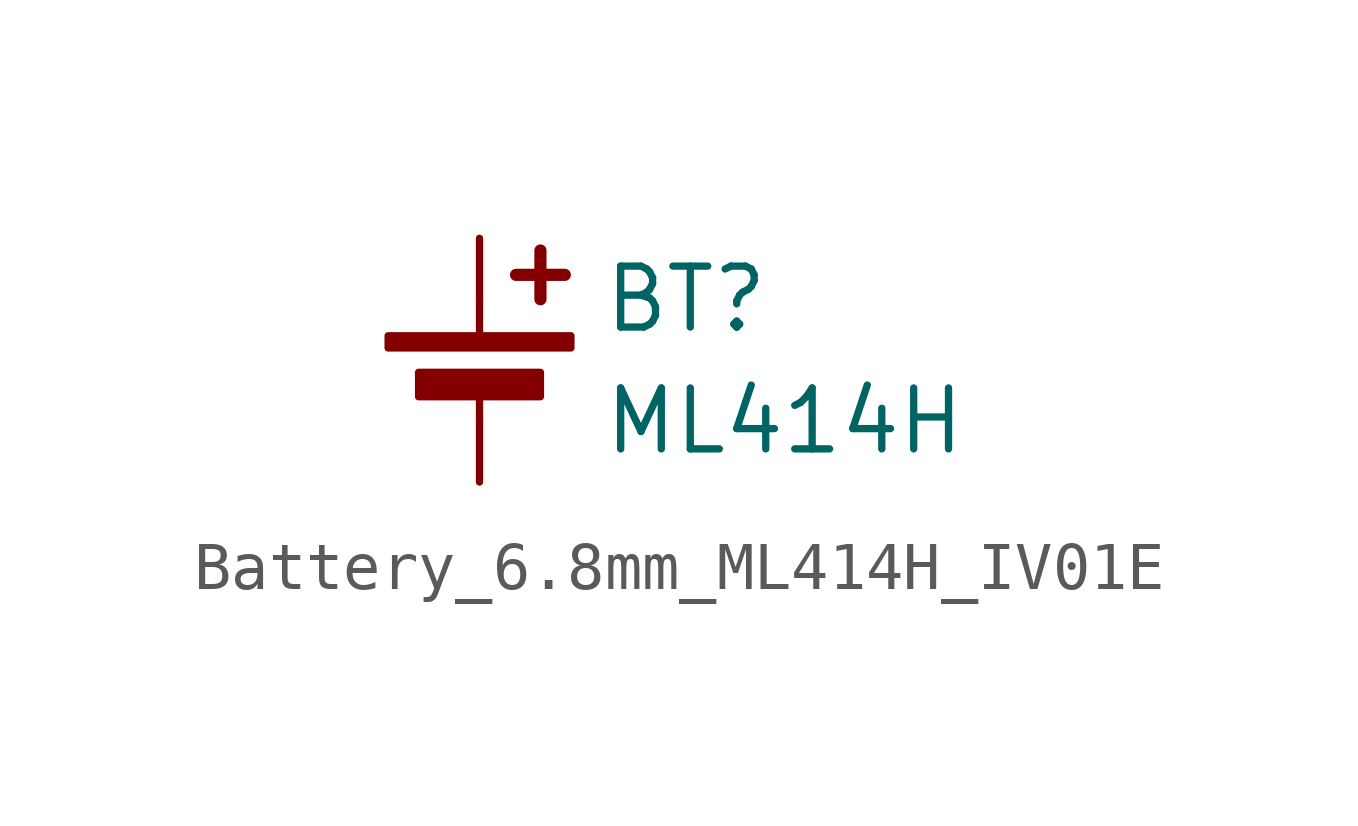
<source format=kicad_sym>
(kicad_symbol_lib
  (version 20241209)
  (generator "kicad_symbol_editor")
  (generator_version "9.0")
  (symbol "Battery_6.8mm_ML414H_IV01E"
    (pin_numbers
      (hide yes))
    (pin_names
      (offset 0)
      (hide yes))
    (property "Reference" "BT"
      (at 2.54 2.54 0)
      (effects (font (size 1.27 1.27)) (justify left)))
    (property "Value" "ML414H"
      (at 2.54 0 0)
      (effects (font (size 1.27 1.27)) (justify left)))
    (symbol "Battery_6.8mm_ML414H_IV01E_0_1"
      (rectangle (start -1.905 1.778) (end 1.905 1.524) (stroke (width 0) (type default)) (fill (type outline)))
      (rectangle (start -1.27 1.016) (end 1.27 0.508) (stroke (width 0) (type default)) (fill (type outline)))
      (polyline (pts (xy 0 1.778) (xy 0 2.54)) (stroke (width 0) (type default)) (fill (type none)))
      (polyline (pts (xy 0 0.762) (xy 0 0)) (stroke (width 0) (type default)) (fill (type none)))
      (polyline (pts (xy 0.762 3.048) (xy 1.778 3.048)) (stroke (width 0.254) (type default)) (fill (type none)))
      (polyline (pts (xy 1.27 3.556) (xy 1.27 2.54)) (stroke (width 0.254) (type default)) (fill (type none))))
    (symbol "Battery_6.8mm_ML414H_IV01E_1_1"
      (pin power_out line (at 0 3.81 270) (length 1.27) (name "+" (effects (font (size 1.27 1.27)))) (number "+" (effects (font (size 1.27 1.27)))))
      (pin passive line (at 0 -1.27 90) (length 1.27) (name "-" (effects (font (size 1.27 1.27)))) (number "-" (effects (font (size 1.27 1.27))))))))
</source>
